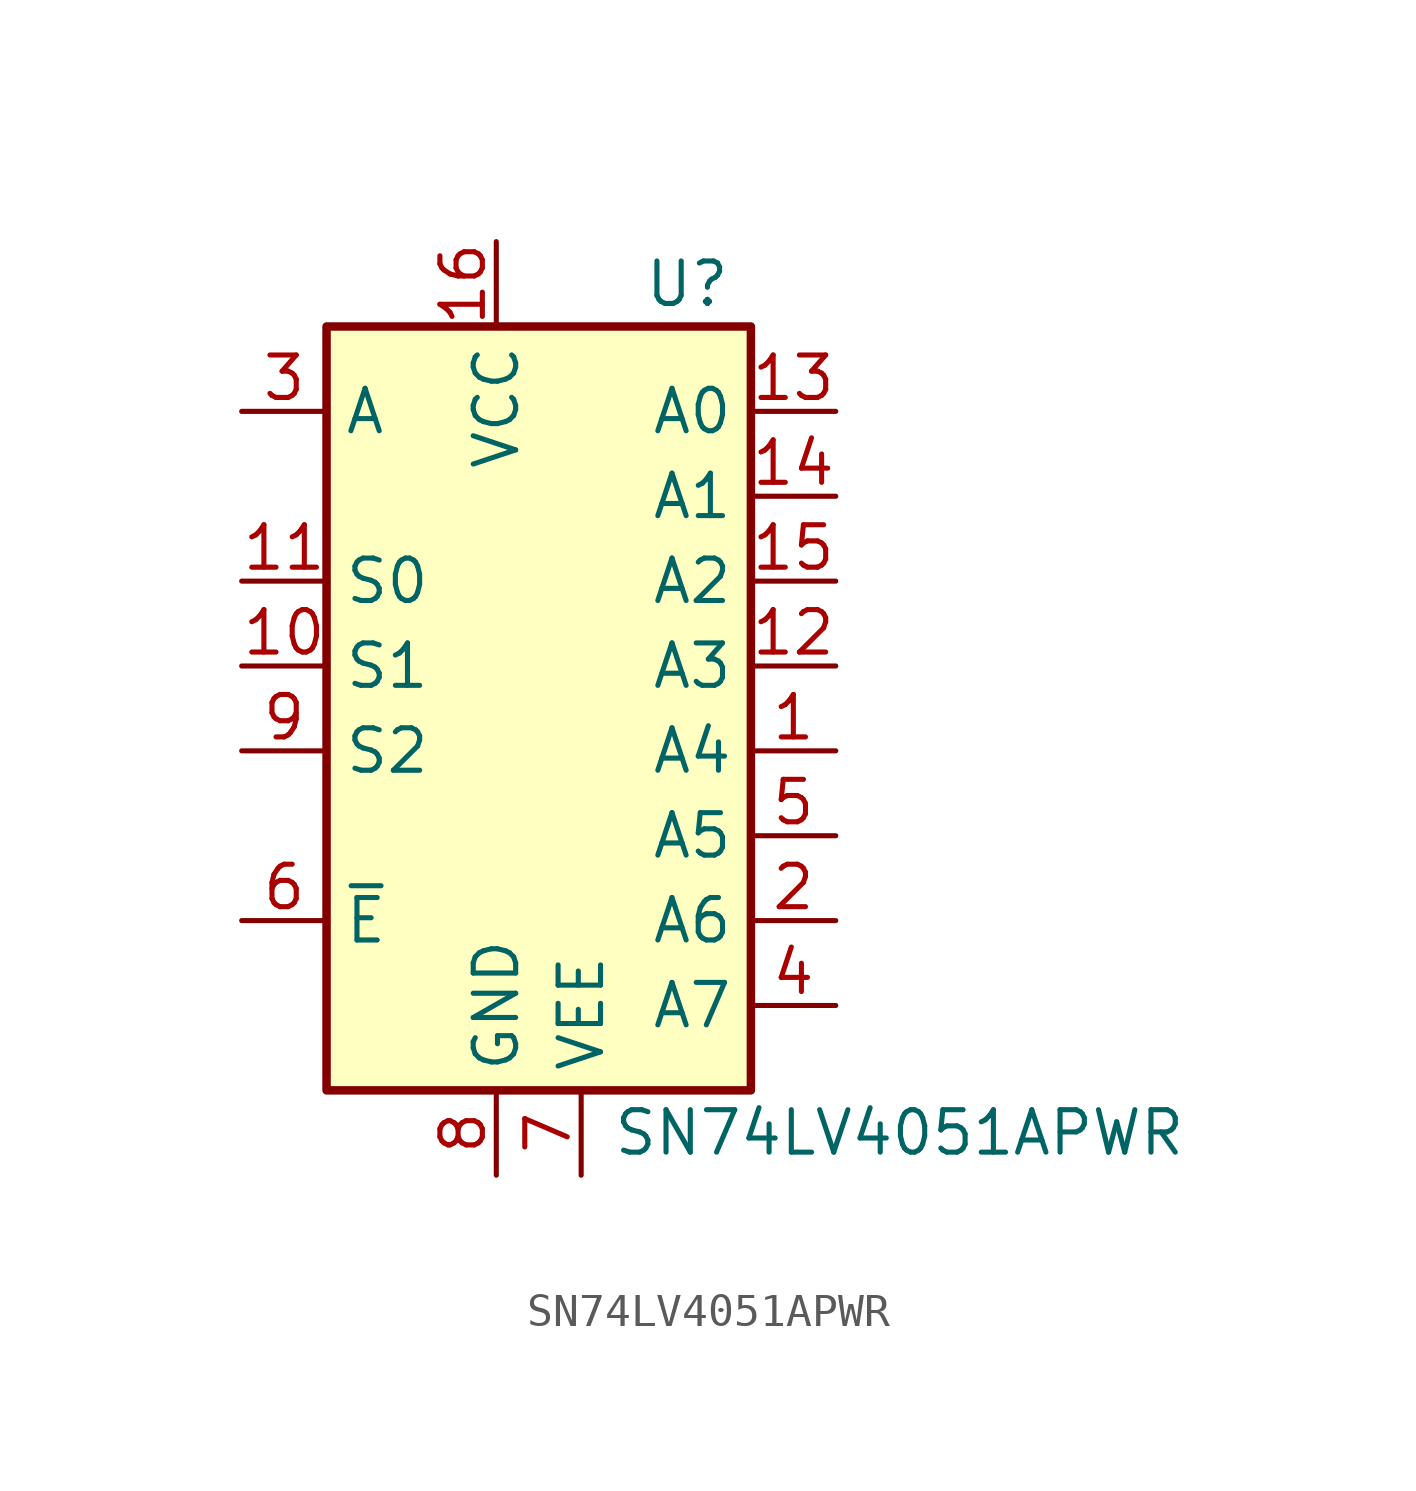
<source format=kicad_sym>
(kicad_symbol_lib
  (version 20220914)
  (generator kicad_symbol_editor)
  (symbol "SN74LV4051APWR"
    (property "Reference" "U"
      (at 4.445 12.7 0)
      (do_not_autoplace)
      (effects (font (size 1.27 1.27))))
    (property "Value" "SN74LV4051APWR"
      (at 10.795 -12.7 0)
      (do_not_autoplace)
      (effects (font (size 1.27 1.27))))
    (symbol "SN74LV4051APWR_0_1"
      (rectangle (start -6.35 11.43) (end 6.35 -11.43) (stroke (width 0.254) (type default)) (fill (type background))))
    (symbol "SN74LV4051APWR_1_1"
      (pin passive line (at 8.89 -1.27 180) (length 2.54) (name "A4" (effects (font (size 1.27 1.27)))) (number "1" (effects (font (size 1.27 1.27)))))
      (pin input line (at -8.89 1.27 0) (length 2.54) (name "S1" (effects (font (size 1.27 1.27)))) (number "10" (effects (font (size 1.27 1.27)))))
      (pin input line (at -8.89 3.81 0) (length 2.54) (name "S0" (effects (font (size 1.27 1.27)))) (number "11" (effects (font (size 1.27 1.27)))))
      (pin passive line (at 8.89 1.27 180) (length 2.54) (name "A3" (effects (font (size 1.27 1.27)))) (number "12" (effects (font (size 1.27 1.27)))))
      (pin passive line (at 8.89 8.89 180) (length 2.54) (name "A0" (effects (font (size 1.27 1.27)))) (number "13" (effects (font (size 1.27 1.27)))))
      (pin passive line (at 8.89 6.35 180) (length 2.54) (name "A1" (effects (font (size 1.27 1.27)))) (number "14" (effects (font (size 1.27 1.27)))))
      (pin passive line (at 8.89 3.81 180) (length 2.54) (name "A2" (effects (font (size 1.27 1.27)))) (number "15" (effects (font (size 1.27 1.27)))))
      (pin power_in line (at -1.27 13.97 270) (length 2.54) (name "VCC" (effects (font (size 1.27 1.27)))) (number "16" (effects (font (size 1.27 1.27)))))
      (pin passive line (at 8.89 -6.35 180) (length 2.54) (name "A6" (effects (font (size 1.27 1.27)))) (number "2" (effects (font (size 1.27 1.27)))))
      (pin passive line (at -8.89 8.89 0) (length 2.54) (name "A" (effects (font (size 1.27 1.27)))) (number "3" (effects (font (size 1.27 1.27)))))
      (pin passive line (at 8.89 -8.89 180) (length 2.54) (name "A7" (effects (font (size 1.27 1.27)))) (number "4" (effects (font (size 1.27 1.27)))))
      (pin passive line (at 8.89 -3.81 180) (length 2.54) (name "A5" (effects (font (size 1.27 1.27)))) (number "5" (effects (font (size 1.27 1.27)))))
      (pin input line (at -8.89 -6.35 0) (length 2.54) (name "~{E}" (effects (font (size 1.27 1.27)))) (number "6" (effects (font (size 1.27 1.27)))))
      (pin power_in line (at 1.27 -13.97 90) (length 2.54) (name "VEE" (effects (font (size 1.27 1.27)))) (number "7" (effects (font (size 1.27 1.27)))))
      (pin power_in line (at -1.27 -13.97 90) (length 2.54) (name "GND" (effects (font (size 1.27 1.27)))) (number "8" (effects (font (size 1.27 1.27)))))
      (pin input line (at -8.89 -1.27 0) (length 2.54) (name "S2" (effects (font (size 1.27 1.27)))) (number "9" (effects (font (size 1.27 1.27))))))))
</source>
